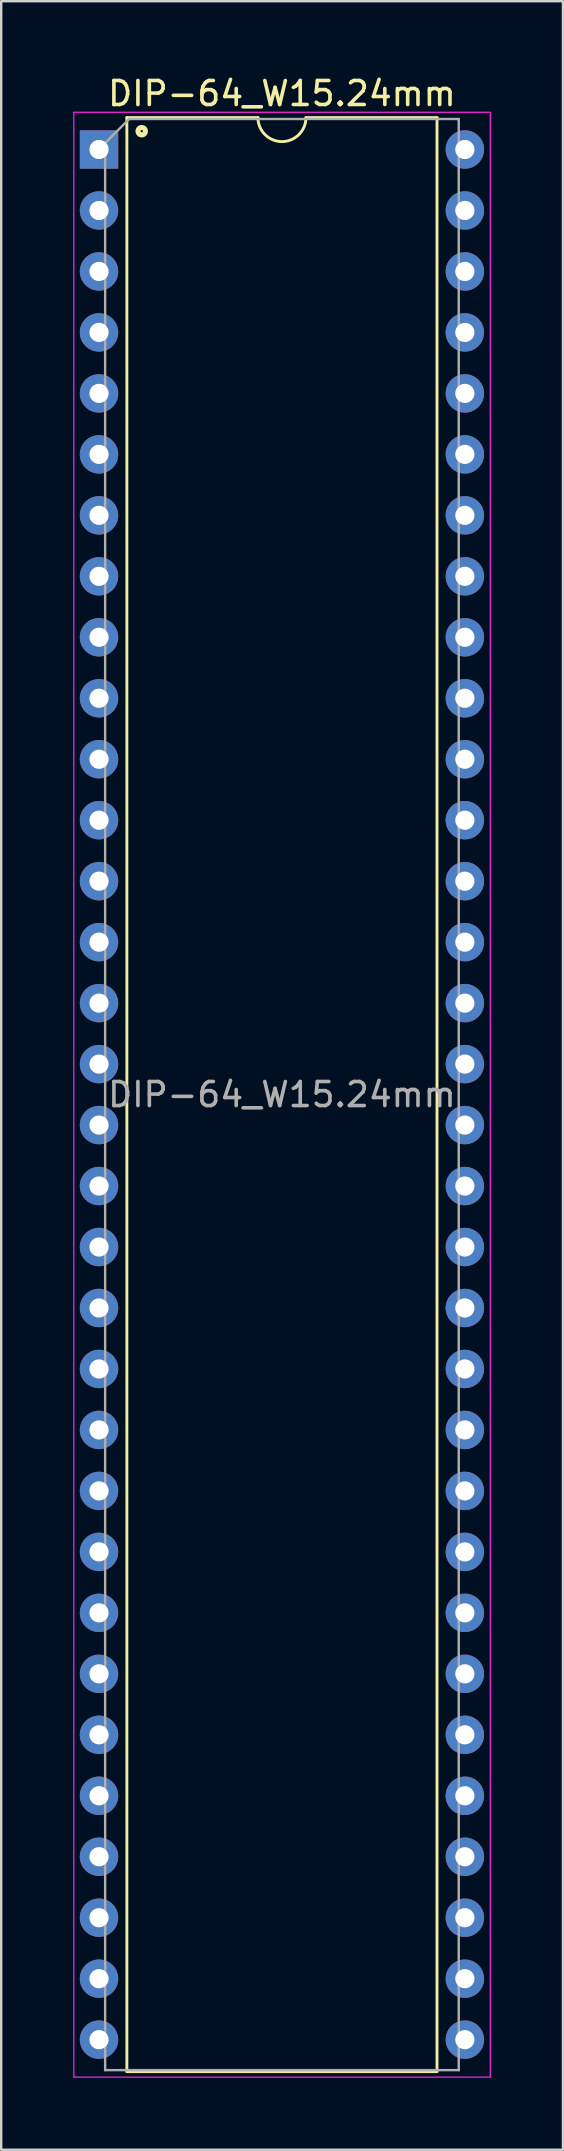
<source format=kicad_pcb>
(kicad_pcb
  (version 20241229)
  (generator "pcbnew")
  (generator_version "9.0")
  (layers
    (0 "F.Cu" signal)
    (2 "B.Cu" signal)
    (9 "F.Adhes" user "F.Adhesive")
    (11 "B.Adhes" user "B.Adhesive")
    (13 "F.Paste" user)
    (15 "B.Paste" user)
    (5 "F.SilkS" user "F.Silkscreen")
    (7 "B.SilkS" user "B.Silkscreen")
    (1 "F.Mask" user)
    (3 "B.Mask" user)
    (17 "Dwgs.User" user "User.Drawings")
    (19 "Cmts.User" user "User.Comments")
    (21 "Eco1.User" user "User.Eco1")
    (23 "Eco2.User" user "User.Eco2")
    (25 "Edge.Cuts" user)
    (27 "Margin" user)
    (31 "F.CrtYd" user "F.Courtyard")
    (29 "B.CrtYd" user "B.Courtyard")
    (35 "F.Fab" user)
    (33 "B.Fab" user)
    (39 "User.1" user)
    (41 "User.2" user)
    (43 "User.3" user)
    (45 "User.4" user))
  (footprint "DIP-64_W15.24mm"
    (layer "F.Cu")
    (at 1.075 3.178)
    (property "Reference" "DIP-64_W15.24mm" (at 7.62 -2.33 0) (layer "F.SilkS") (effects (font (size 1 1) (thickness 0.15))))
    (attr through_hole)
    (fp_line (start 1.16 -1.33) (end 1.16 80.07) (stroke (width 0.12) (type solid)) (layer "F.SilkS"))
    (fp_line (start 1.16 80.07) (end 14.08 80.07) (stroke (width 0.12) (type solid)) (layer "F.SilkS"))
    (fp_line (start 6.62 -1.33) (end 1.16 -1.33) (stroke (width 0.12) (type solid)) (layer "F.SilkS"))
    (fp_line (start 14.08 -1.33) (end 8.62 -1.33) (stroke (width 0.12) (type solid)) (layer "F.SilkS"))
    (fp_line (start 14.08 80.07) (end 14.08 -1.33) (stroke (width 0.12) (type solid)) (layer "F.SilkS"))
    (fp_arc (start 8.62 -1.33) (mid 7.62 -0.33) (end 6.62 -1.33) (stroke (width 0.12) (type solid)) (layer "F.SilkS"))
    (fp_circle (center 1.778 -0.762) (end 1.828 -0.762) (stroke (width 0.12) (type solid)) (fill no) (layer "F.SilkS"))
    (fp_circle (center 1.778 -0.762) (end 1.903 -0.762) (stroke (width 0.12) (type solid)) (fill no) (layer "F.SilkS"))
    (fp_circle (center 1.778 -0.762) (end 1.978 -0.762) (stroke (width 0.12) (type solid)) (fill no) (layer "F.SilkS"))
    (fp_line (start -1.05 -1.55) (end -1.05 80.3) (stroke (width 0.05) (type solid)) (layer "F.CrtYd"))
    (fp_line (start -1.05 80.3) (end 16.3 80.3) (stroke (width 0.05) (type solid)) (layer "F.CrtYd"))
    (fp_line (start 16.3 -1.55) (end -1.05 -1.55) (stroke (width 0.05) (type solid)) (layer "F.CrtYd"))
    (fp_line (start 16.3 80.3) (end 16.3 -1.55) (stroke (width 0.05) (type solid)) (layer "F.CrtYd"))
    (fp_line (start 0.255 -0.27) (end 1.255 -1.27) (stroke (width 0.1) (type solid)) (layer "F.Fab"))
    (fp_line (start 0.255 80.01) (end 0.255 -0.27) (stroke (width 0.1) (type solid)) (layer "F.Fab"))
    (fp_line (start 1.255 -1.27) (end 14.985 -1.27) (stroke (width 0.1) (type solid)) (layer "F.Fab"))
    (fp_line (start 14.985 -1.27) (end 14.985 80.01) (stroke (width 0.1) (type solid)) (layer "F.Fab"))
    (fp_line (start 14.985 80.01) (end 0.255 80.01) (stroke (width 0.1) (type solid)) (layer "F.Fab"))
    (fp_text user "${REFERENCE}" (at 7.62 39.37 0) (layer "F.Fab") (effects (font (size 1 1) (thickness 0.15))))
    (pad "1" thru_hole rect (at 0 0) (size 1.6 1.6) (drill 0.8) (layers "*.Cu" "*.Mask"))
    (pad "2" thru_hole oval (at 0 2.54) (size 1.6 1.6) (drill 0.8) (layers "*.Cu" "*.Mask"))
    (pad "3" thru_hole oval (at 0 5.08) (size 1.6 1.6) (drill 0.8) (layers "*.Cu" "*.Mask"))
    (pad "4" thru_hole oval (at 0 7.62) (size 1.6 1.6) (drill 0.8) (layers "*.Cu" "*.Mask"))
    (pad "5" thru_hole oval (at 0 10.16) (size 1.6 1.6) (drill 0.8) (layers "*.Cu" "*.Mask"))
    (pad "6" thru_hole oval (at 0 12.7) (size 1.6 1.6) (drill 0.8) (layers "*.Cu" "*.Mask"))
    (pad "7" thru_hole oval (at 0 15.24) (size 1.6 1.6) (drill 0.8) (layers "*.Cu" "*.Mask"))
    (pad "8" thru_hole oval (at 0 17.78) (size 1.6 1.6) (drill 0.8) (layers "*.Cu" "*.Mask"))
    (pad "9" thru_hole oval (at 0 20.32) (size 1.6 1.6) (drill 0.8) (layers "*.Cu" "*.Mask"))
    (pad "10" thru_hole oval (at 0 22.86) (size 1.6 1.6) (drill 0.8) (layers "*.Cu" "*.Mask"))
    (pad "11" thru_hole oval (at 0 25.4) (size 1.6 1.6) (drill 0.8) (layers "*.Cu" "*.Mask"))
    (pad "12" thru_hole oval (at 0 27.94) (size 1.6 1.6) (drill 0.8) (layers "*.Cu" "*.Mask"))
    (pad "13" thru_hole oval (at 0 30.48) (size 1.6 1.6) (drill 0.8) (layers "*.Cu" "*.Mask"))
    (pad "14" thru_hole oval (at 0 33.02) (size 1.6 1.6) (drill 0.8) (layers "*.Cu" "*.Mask"))
    (pad "15" thru_hole oval (at 0 35.56) (size 1.6 1.6) (drill 0.8) (layers "*.Cu" "*.Mask"))
    (pad "16" thru_hole oval (at 0 38.1) (size 1.6 1.6) (drill 0.8) (layers "*.Cu" "*.Mask"))
    (pad "17" thru_hole oval (at 0 40.64) (size 1.6 1.6) (drill 0.8) (layers "*.Cu" "*.Mask"))
    (pad "18" thru_hole oval (at 0 43.18) (size 1.6 1.6) (drill 0.8) (layers "*.Cu" "*.Mask"))
    (pad "19" thru_hole oval (at 0 45.72) (size 1.6 1.6) (drill 0.8) (layers "*.Cu" "*.Mask"))
    (pad "20" thru_hole oval (at 0 48.26) (size 1.6 1.6) (drill 0.8) (layers "*.Cu" "*.Mask"))
    (pad "21" thru_hole oval (at 0 50.8) (size 1.6 1.6) (drill 0.8) (layers "*.Cu" "*.Mask"))
    (pad "22" thru_hole oval (at 0 53.34) (size 1.6 1.6) (drill 0.8) (layers "*.Cu" "*.Mask"))
    (pad "23" thru_hole oval (at 0 55.88) (size 1.6 1.6) (drill 0.8) (layers "*.Cu" "*.Mask"))
    (pad "24" thru_hole oval (at 0 58.42) (size 1.6 1.6) (drill 0.8) (layers "*.Cu" "*.Mask"))
    (pad "25" thru_hole oval (at 0 60.96) (size 1.6 1.6) (drill 0.8) (layers "*.Cu" "*.Mask"))
    (pad "26" thru_hole oval (at 0 63.5) (size 1.6 1.6) (drill 0.8) (layers "*.Cu" "*.Mask"))
    (pad "27" thru_hole oval (at 0 66.04) (size 1.6 1.6) (drill 0.8) (layers "*.Cu" "*.Mask"))
    (pad "28" thru_hole oval (at 0 68.58) (size 1.6 1.6) (drill 0.8) (layers "*.Cu" "*.Mask"))
    (pad "29" thru_hole oval (at 0 71.12) (size 1.6 1.6) (drill 0.8) (layers "*.Cu" "*.Mask"))
    (pad "30" thru_hole oval (at 0 73.66) (size 1.6 1.6) (drill 0.8) (layers "*.Cu" "*.Mask"))
    (pad "31" thru_hole oval (at 0 76.2) (size 1.6 1.6) (drill 0.8) (layers "*.Cu" "*.Mask"))
    (pad "32" thru_hole oval (at 0 78.74) (size 1.6 1.6) (drill 0.8) (layers "*.Cu" "*.Mask"))
    (pad "33" thru_hole oval (at 15.24 78.74) (size 1.6 1.6) (drill 0.8) (layers "*.Cu" "*.Mask"))
    (pad "34" thru_hole oval (at 15.24 76.2) (size 1.6 1.6) (drill 0.8) (layers "*.Cu" "*.Mask"))
    (pad "35" thru_hole oval (at 15.24 73.66) (size 1.6 1.6) (drill 0.8) (layers "*.Cu" "*.Mask"))
    (pad "36" thru_hole oval (at 15.24 71.12) (size 1.6 1.6) (drill 0.8) (layers "*.Cu" "*.Mask"))
    (pad "37" thru_hole oval (at 15.24 68.58) (size 1.6 1.6) (drill 0.8) (layers "*.Cu" "*.Mask"))
    (pad "38" thru_hole oval (at 15.24 66.04) (size 1.6 1.6) (drill 0.8) (layers "*.Cu" "*.Mask"))
    (pad "39" thru_hole oval (at 15.24 63.5) (size 1.6 1.6) (drill 0.8) (layers "*.Cu" "*.Mask"))
    (pad "40" thru_hole oval (at 15.24 60.96) (size 1.6 1.6) (drill 0.8) (layers "*.Cu" "*.Mask"))
    (pad "41" thru_hole oval (at 15.24 58.42) (size 1.6 1.6) (drill 0.8) (layers "*.Cu" "*.Mask"))
    (pad "42" thru_hole oval (at 15.24 55.88) (size 1.6 1.6) (drill 0.8) (layers "*.Cu" "*.Mask"))
    (pad "43" thru_hole oval (at 15.24 53.34) (size 1.6 1.6) (drill 0.8) (layers "*.Cu" "*.Mask"))
    (pad "44" thru_hole oval (at 15.24 50.8) (size 1.6 1.6) (drill 0.8) (layers "*.Cu" "*.Mask"))
    (pad "45" thru_hole oval (at 15.24 48.26) (size 1.6 1.6) (drill 0.8) (layers "*.Cu" "*.Mask"))
    (pad "46" thru_hole oval (at 15.24 45.72) (size 1.6 1.6) (drill 0.8) (layers "*.Cu" "*.Mask"))
    (pad "47" thru_hole oval (at 15.24 43.18) (size 1.6 1.6) (drill 0.8) (layers "*.Cu" "*.Mask"))
    (pad "48" thru_hole oval (at 15.24 40.64) (size 1.6 1.6) (drill 0.8) (layers "*.Cu" "*.Mask"))
    (pad "49" thru_hole oval (at 15.24 38.1) (size 1.6 1.6) (drill 0.8) (layers "*.Cu" "*.Mask"))
    (pad "50" thru_hole oval (at 15.24 35.56) (size 1.6 1.6) (drill 0.8) (layers "*.Cu" "*.Mask"))
    (pad "51" thru_hole oval (at 15.24 33.02) (size 1.6 1.6) (drill 0.8) (layers "*.Cu" "*.Mask"))
    (pad "52" thru_hole oval (at 15.24 30.48) (size 1.6 1.6) (drill 0.8) (layers "*.Cu" "*.Mask"))
    (pad "53" thru_hole oval (at 15.24 27.94) (size 1.6 1.6) (drill 0.8) (layers "*.Cu" "*.Mask"))
    (pad "54" thru_hole oval (at 15.24 25.4) (size 1.6 1.6) (drill 0.8) (layers "*.Cu" "*.Mask"))
    (pad "55" thru_hole oval (at 15.24 22.86) (size 1.6 1.6) (drill 0.8) (layers "*.Cu" "*.Mask"))
    (pad "56" thru_hole oval (at 15.24 20.32) (size 1.6 1.6) (drill 0.8) (layers "*.Cu" "*.Mask"))
    (pad "57" thru_hole oval (at 15.24 17.78) (size 1.6 1.6) (drill 0.8) (layers "*.Cu" "*.Mask"))
    (pad "58" thru_hole oval (at 15.24 15.24) (size 1.6 1.6) (drill 0.8) (layers "*.Cu" "*.Mask"))
    (pad "59" thru_hole oval (at 15.24 12.7) (size 1.6 1.6) (drill 0.8) (layers "*.Cu" "*.Mask"))
    (pad "60" thru_hole oval (at 15.24 10.16) (size 1.6 1.6) (drill 0.8) (layers "*.Cu" "*.Mask"))
    (pad "61" thru_hole oval (at 15.24 7.62) (size 1.6 1.6) (drill 0.8) (layers "*.Cu" "*.Mask"))
    (pad "62" thru_hole oval (at 15.24 5.08) (size 1.6 1.6) (drill 0.8) (layers "*.Cu" "*.Mask"))
    (pad "63" thru_hole oval (at 15.24 2.54) (size 1.6 1.6) (drill 0.8) (layers "*.Cu" "*.Mask"))
    (pad "64" thru_hole oval (at 15.24 0) (size 1.6 1.6) (drill 0.8) (layers "*.Cu" "*.Mask")))
  (gr_rect
    (start -3 -3)
    (end 20.4 86.503)
    (stroke (width 0.1) (type default))
    (fill no)
    (layer "Edge.Cuts")))
</source>
